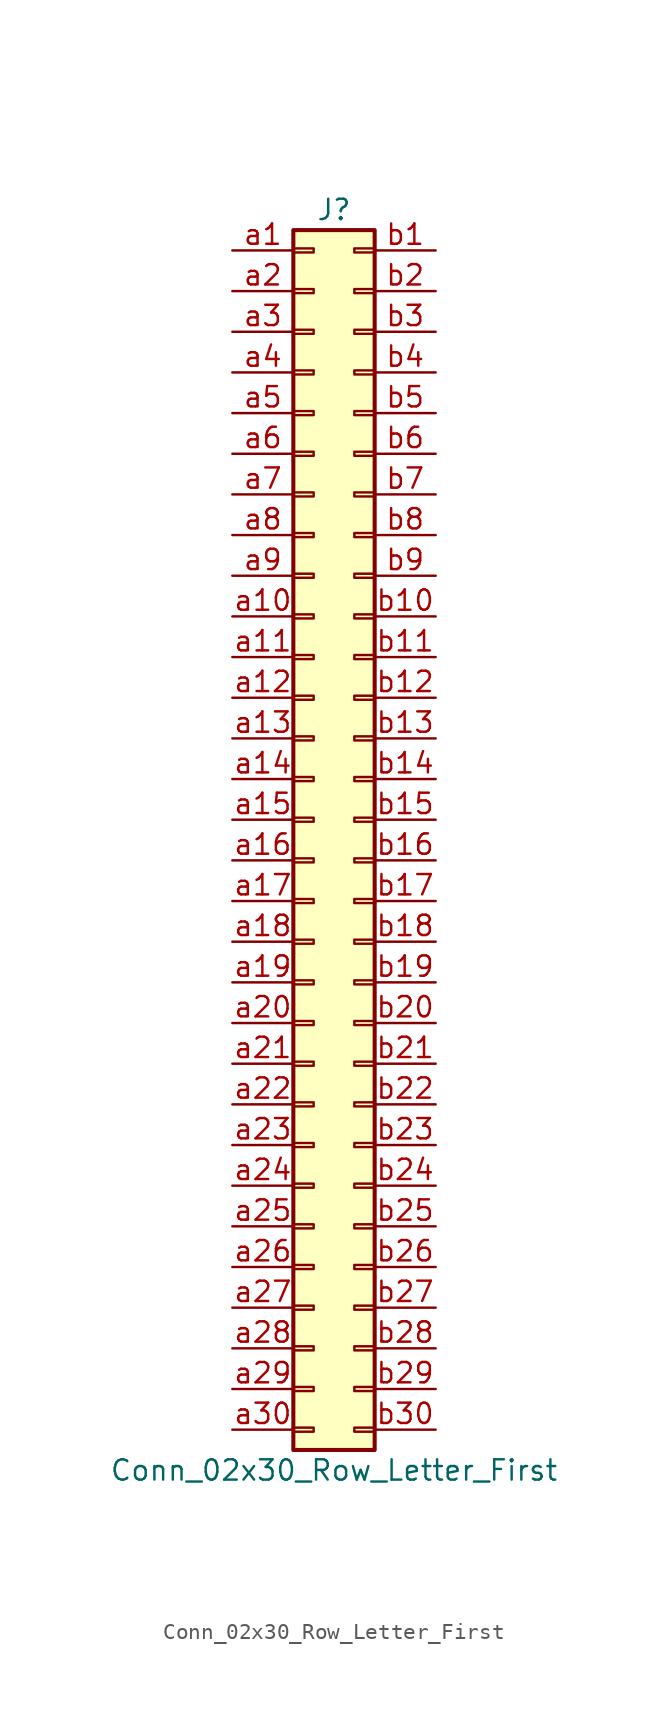
<source format=kicad_sym>
(kicad_symbol_lib
  (version 20220914)
  (generator kicad_symbol_editor)
  (symbol "Conn_02x30_Row_Letter_First"
    (pin_names
      (offset 1.016) hide)
    (property "Reference" "J"
      (at 1.27 38.1 0)
      (effects (font (size 1.27 1.27))))
    (property "Value" "Conn_02x30_Row_Letter_First"
      (at 1.27 -40.64 0)
      (effects (font (size 1.27 1.27))))
    (symbol "Conn_02x30_Row_Letter_First_1_1"
      (rectangle (start -1.27 -37.973) (end 0 -38.227) (stroke (width 0.152) (type solid)) (fill (type none)))
      (rectangle (start -1.27 -35.433) (end 0 -35.687) (stroke (width 0.152) (type solid)) (fill (type none)))
      (rectangle (start -1.27 -32.893) (end 0 -33.147) (stroke (width 0.152) (type solid)) (fill (type none)))
      (rectangle (start -1.27 -30.353) (end 0 -30.607) (stroke (width 0.152) (type solid)) (fill (type none)))
      (rectangle (start -1.27 -27.813) (end 0 -28.067) (stroke (width 0.152) (type solid)) (fill (type none)))
      (rectangle (start -1.27 -25.273) (end 0 -25.527) (stroke (width 0.152) (type solid)) (fill (type none)))
      (rectangle (start -1.27 -22.733) (end 0 -22.987) (stroke (width 0.152) (type solid)) (fill (type none)))
      (rectangle (start -1.27 -20.193) (end 0 -20.447) (stroke (width 0.152) (type solid)) (fill (type none)))
      (rectangle (start -1.27 -17.653) (end 0 -17.907) (stroke (width 0.152) (type solid)) (fill (type none)))
      (rectangle (start -1.27 -15.113) (end 0 -15.367) (stroke (width 0.152) (type solid)) (fill (type none)))
      (rectangle (start -1.27 -12.573) (end 0 -12.827) (stroke (width 0.152) (type solid)) (fill (type none)))
      (rectangle (start -1.27 -10.033) (end 0 -10.287) (stroke (width 0.152) (type solid)) (fill (type none)))
      (rectangle (start -1.27 -7.493) (end 0 -7.747) (stroke (width 0.152) (type solid)) (fill (type none)))
      (rectangle (start -1.27 -4.953) (end 0 -5.207) (stroke (width 0.152) (type solid)) (fill (type none)))
      (rectangle (start -1.27 -2.413) (end 0 -2.667) (stroke (width 0.152) (type solid)) (fill (type none)))
      (rectangle (start -1.27 0.127) (end 0 -0.127) (stroke (width 0.152) (type solid)) (fill (type none)))
      (rectangle (start -1.27 2.667) (end 0 2.413) (stroke (width 0.152) (type solid)) (fill (type none)))
      (rectangle (start -1.27 5.207) (end 0 4.953) (stroke (width 0.152) (type solid)) (fill (type none)))
      (rectangle (start -1.27 7.747) (end 0 7.493) (stroke (width 0.152) (type solid)) (fill (type none)))
      (rectangle (start -1.27 10.287) (end 0 10.033) (stroke (width 0.152) (type solid)) (fill (type none)))
      (rectangle (start -1.27 12.827) (end 0 12.573) (stroke (width 0.152) (type solid)) (fill (type none)))
      (rectangle (start -1.27 15.367) (end 0 15.113) (stroke (width 0.152) (type solid)) (fill (type none)))
      (rectangle (start -1.27 17.907) (end 0 17.653) (stroke (width 0.152) (type solid)) (fill (type none)))
      (rectangle (start -1.27 20.447) (end 0 20.193) (stroke (width 0.152) (type solid)) (fill (type none)))
      (rectangle (start -1.27 22.987) (end 0 22.733) (stroke (width 0.152) (type solid)) (fill (type none)))
      (rectangle (start -1.27 25.527) (end 0 25.273) (stroke (width 0.152) (type solid)) (fill (type none)))
      (rectangle (start -1.27 28.067) (end 0 27.813) (stroke (width 0.152) (type solid)) (fill (type none)))
      (rectangle (start -1.27 30.607) (end 0 30.353) (stroke (width 0.152) (type solid)) (fill (type none)))
      (rectangle (start -1.27 33.147) (end 0 32.893) (stroke (width 0.152) (type solid)) (fill (type none)))
      (rectangle (start -1.27 35.687) (end 0 35.433) (stroke (width 0.152) (type solid)) (fill (type none)))
      (rectangle (start -1.27 36.83) (end 3.81 -39.37) (stroke (width 0.254) (type solid)) (fill (type background)))
      (rectangle (start 3.81 -37.973) (end 2.54 -38.227) (stroke (width 0.152) (type solid)) (fill (type none)))
      (rectangle (start 3.81 -35.433) (end 2.54 -35.687) (stroke (width 0.152) (type solid)) (fill (type none)))
      (rectangle (start 3.81 -32.893) (end 2.54 -33.147) (stroke (width 0.152) (type solid)) (fill (type none)))
      (rectangle (start 3.81 -30.353) (end 2.54 -30.607) (stroke (width 0.152) (type solid)) (fill (type none)))
      (rectangle (start 3.81 -27.813) (end 2.54 -28.067) (stroke (width 0.152) (type solid)) (fill (type none)))
      (rectangle (start 3.81 -25.273) (end 2.54 -25.527) (stroke (width 0.152) (type solid)) (fill (type none)))
      (rectangle (start 3.81 -22.733) (end 2.54 -22.987) (stroke (width 0.152) (type solid)) (fill (type none)))
      (rectangle (start 3.81 -20.193) (end 2.54 -20.447) (stroke (width 0.152) (type solid)) (fill (type none)))
      (rectangle (start 3.81 -17.653) (end 2.54 -17.907) (stroke (width 0.152) (type solid)) (fill (type none)))
      (rectangle (start 3.81 -15.113) (end 2.54 -15.367) (stroke (width 0.152) (type solid)) (fill (type none)))
      (rectangle (start 3.81 -12.573) (end 2.54 -12.827) (stroke (width 0.152) (type solid)) (fill (type none)))
      (rectangle (start 3.81 -10.033) (end 2.54 -10.287) (stroke (width 0.152) (type solid)) (fill (type none)))
      (rectangle (start 3.81 -7.493) (end 2.54 -7.747) (stroke (width 0.152) (type solid)) (fill (type none)))
      (rectangle (start 3.81 -4.953) (end 2.54 -5.207) (stroke (width 0.152) (type solid)) (fill (type none)))
      (rectangle (start 3.81 -2.413) (end 2.54 -2.667) (stroke (width 0.152) (type solid)) (fill (type none)))
      (rectangle (start 3.81 0.127) (end 2.54 -0.127) (stroke (width 0.152) (type solid)) (fill (type none)))
      (rectangle (start 3.81 2.667) (end 2.54 2.413) (stroke (width 0.152) (type solid)) (fill (type none)))
      (rectangle (start 3.81 5.207) (end 2.54 4.953) (stroke (width 0.152) (type solid)) (fill (type none)))
      (rectangle (start 3.81 7.747) (end 2.54 7.493) (stroke (width 0.152) (type solid)) (fill (type none)))
      (rectangle (start 3.81 10.287) (end 2.54 10.033) (stroke (width 0.152) (type solid)) (fill (type none)))
      (rectangle (start 3.81 12.827) (end 2.54 12.573) (stroke (width 0.152) (type solid)) (fill (type none)))
      (rectangle (start 3.81 15.367) (end 2.54 15.113) (stroke (width 0.152) (type solid)) (fill (type none)))
      (rectangle (start 3.81 17.907) (end 2.54 17.653) (stroke (width 0.152) (type solid)) (fill (type none)))
      (rectangle (start 3.81 20.447) (end 2.54 20.193) (stroke (width 0.152) (type solid)) (fill (type none)))
      (rectangle (start 3.81 22.987) (end 2.54 22.733) (stroke (width 0.152) (type solid)) (fill (type none)))
      (rectangle (start 3.81 25.527) (end 2.54 25.273) (stroke (width 0.152) (type solid)) (fill (type none)))
      (rectangle (start 3.81 28.067) (end 2.54 27.813) (stroke (width 0.152) (type solid)) (fill (type none)))
      (rectangle (start 3.81 30.607) (end 2.54 30.353) (stroke (width 0.152) (type solid)) (fill (type none)))
      (rectangle (start 3.81 33.147) (end 2.54 32.893) (stroke (width 0.152) (type solid)) (fill (type none)))
      (rectangle (start 3.81 35.687) (end 2.54 35.433) (stroke (width 0.152) (type solid)) (fill (type none)))
      (pin passive line (at -5.08 35.56 0) (length 3.81) (name "Pin_a1" (effects (font (size 1.27 1.27)))) (number "a1" (effects (font (size 1.27 1.27)))))
      (pin passive line (at -5.08 12.7 0) (length 3.81) (name "Pin_a10" (effects (font (size 1.27 1.27)))) (number "a10" (effects (font (size 1.27 1.27)))))
      (pin passive line (at -5.08 10.16 0) (length 3.81) (name "Pin_a11" (effects (font (size 1.27 1.27)))) (number "a11" (effects (font (size 1.27 1.27)))))
      (pin passive line (at -5.08 7.62 0) (length 3.81) (name "Pin_a12" (effects (font (size 1.27 1.27)))) (number "a12" (effects (font (size 1.27 1.27)))))
      (pin passive line (at -5.08 5.08 0) (length 3.81) (name "Pin_a13" (effects (font (size 1.27 1.27)))) (number "a13" (effects (font (size 1.27 1.27)))))
      (pin passive line (at -5.08 2.54 0) (length 3.81) (name "Pin_a14" (effects (font (size 1.27 1.27)))) (number "a14" (effects (font (size 1.27 1.27)))))
      (pin passive line (at -5.08 0 0) (length 3.81) (name "Pin_a15" (effects (font (size 1.27 1.27)))) (number "a15" (effects (font (size 1.27 1.27)))))
      (pin passive line (at -5.08 -2.54 0) (length 3.81) (name "Pin_a16" (effects (font (size 1.27 1.27)))) (number "a16" (effects (font (size 1.27 1.27)))))
      (pin passive line (at -5.08 -5.08 0) (length 3.81) (name "Pin_a17" (effects (font (size 1.27 1.27)))) (number "a17" (effects (font (size 1.27 1.27)))))
      (pin passive line (at -5.08 -7.62 0) (length 3.81) (name "Pin_a18" (effects (font (size 1.27 1.27)))) (number "a18" (effects (font (size 1.27 1.27)))))
      (pin passive line (at -5.08 -10.16 0) (length 3.81) (name "Pin_a19" (effects (font (size 1.27 1.27)))) (number "a19" (effects (font (size 1.27 1.27)))))
      (pin passive line (at -5.08 33.02 0) (length 3.81) (name "Pin_a2" (effects (font (size 1.27 1.27)))) (number "a2" (effects (font (size 1.27 1.27)))))
      (pin passive line (at -5.08 -12.7 0) (length 3.81) (name "Pin_a20" (effects (font (size 1.27 1.27)))) (number "a20" (effects (font (size 1.27 1.27)))))
      (pin passive line (at -5.08 -15.24 0) (length 3.81) (name "Pin_a21" (effects (font (size 1.27 1.27)))) (number "a21" (effects (font (size 1.27 1.27)))))
      (pin passive line (at -5.08 -17.78 0) (length 3.81) (name "Pin_a22" (effects (font (size 1.27 1.27)))) (number "a22" (effects (font (size 1.27 1.27)))))
      (pin passive line (at -5.08 -20.32 0) (length 3.81) (name "Pin_a23" (effects (font (size 1.27 1.27)))) (number "a23" (effects (font (size 1.27 1.27)))))
      (pin passive line (at -5.08 -22.86 0) (length 3.81) (name "Pin_a24" (effects (font (size 1.27 1.27)))) (number "a24" (effects (font (size 1.27 1.27)))))
      (pin passive line (at -5.08 -25.4 0) (length 3.81) (name "Pin_a25" (effects (font (size 1.27 1.27)))) (number "a25" (effects (font (size 1.27 1.27)))))
      (pin passive line (at -5.08 -27.94 0) (length 3.81) (name "Pin_a26" (effects (font (size 1.27 1.27)))) (number "a26" (effects (font (size 1.27 1.27)))))
      (pin passive line (at -5.08 -30.48 0) (length 3.81) (name "Pin_a27" (effects (font (size 1.27 1.27)))) (number "a27" (effects (font (size 1.27 1.27)))))
      (pin passive line (at -5.08 -33.02 0) (length 3.81) (name "Pin_a28" (effects (font (size 1.27 1.27)))) (number "a28" (effects (font (size 1.27 1.27)))))
      (pin passive line (at -5.08 -35.56 0) (length 3.81) (name "Pin_a29" (effects (font (size 1.27 1.27)))) (number "a29" (effects (font (size 1.27 1.27)))))
      (pin passive line (at -5.08 30.48 0) (length 3.81) (name "Pin_a3" (effects (font (size 1.27 1.27)))) (number "a3" (effects (font (size 1.27 1.27)))))
      (pin passive line (at -5.08 -38.1 0) (length 3.81) (name "Pin_a30" (effects (font (size 1.27 1.27)))) (number "a30" (effects (font (size 1.27 1.27)))))
      (pin passive line (at -5.08 27.94 0) (length 3.81) (name "Pin_a4" (effects (font (size 1.27 1.27)))) (number "a4" (effects (font (size 1.27 1.27)))))
      (pin passive line (at -5.08 25.4 0) (length 3.81) (name "Pin_a5" (effects (font (size 1.27 1.27)))) (number "a5" (effects (font (size 1.27 1.27)))))
      (pin passive line (at -5.08 22.86 0) (length 3.81) (name "Pin_a6" (effects (font (size 1.27 1.27)))) (number "a6" (effects (font (size 1.27 1.27)))))
      (pin passive line (at -5.08 20.32 0) (length 3.81) (name "Pin_a7" (effects (font (size 1.27 1.27)))) (number "a7" (effects (font (size 1.27 1.27)))))
      (pin passive line (at -5.08 17.78 0) (length 3.81) (name "Pin_a8" (effects (font (size 1.27 1.27)))) (number "a8" (effects (font (size 1.27 1.27)))))
      (pin passive line (at -5.08 15.24 0) (length 3.81) (name "Pin_a9" (effects (font (size 1.27 1.27)))) (number "a9" (effects (font (size 1.27 1.27)))))
      (pin passive line (at 7.62 35.56 180) (length 3.81) (name "Pin_b1" (effects (font (size 1.27 1.27)))) (number "b1" (effects (font (size 1.27 1.27)))))
      (pin passive line (at 7.62 12.7 180) (length 3.81) (name "Pin_b10" (effects (font (size 1.27 1.27)))) (number "b10" (effects (font (size 1.27 1.27)))))
      (pin passive line (at 7.62 10.16 180) (length 3.81) (name "Pin_b11" (effects (font (size 1.27 1.27)))) (number "b11" (effects (font (size 1.27 1.27)))))
      (pin passive line (at 7.62 7.62 180) (length 3.81) (name "Pin_b12" (effects (font (size 1.27 1.27)))) (number "b12" (effects (font (size 1.27 1.27)))))
      (pin passive line (at 7.62 5.08 180) (length 3.81) (name "Pin_b13" (effects (font (size 1.27 1.27)))) (number "b13" (effects (font (size 1.27 1.27)))))
      (pin passive line (at 7.62 2.54 180) (length 3.81) (name "Pin_b14" (effects (font (size 1.27 1.27)))) (number "b14" (effects (font (size 1.27 1.27)))))
      (pin passive line (at 7.62 0 180) (length 3.81) (name "Pin_b15" (effects (font (size 1.27 1.27)))) (number "b15" (effects (font (size 1.27 1.27)))))
      (pin passive line (at 7.62 -2.54 180) (length 3.81) (name "Pin_b16" (effects (font (size 1.27 1.27)))) (number "b16" (effects (font (size 1.27 1.27)))))
      (pin passive line (at 7.62 -5.08 180) (length 3.81) (name "Pin_b17" (effects (font (size 1.27 1.27)))) (number "b17" (effects (font (size 1.27 1.27)))))
      (pin passive line (at 7.62 -7.62 180) (length 3.81) (name "Pin_b18" (effects (font (size 1.27 1.27)))) (number "b18" (effects (font (size 1.27 1.27)))))
      (pin passive line (at 7.62 -10.16 180) (length 3.81) (name "Pin_b19" (effects (font (size 1.27 1.27)))) (number "b19" (effects (font (size 1.27 1.27)))))
      (pin passive line (at 7.62 33.02 180) (length 3.81) (name "Pin_b2" (effects (font (size 1.27 1.27)))) (number "b2" (effects (font (size 1.27 1.27)))))
      (pin passive line (at 7.62 -12.7 180) (length 3.81) (name "Pin_b20" (effects (font (size 1.27 1.27)))) (number "b20" (effects (font (size 1.27 1.27)))))
      (pin passive line (at 7.62 -15.24 180) (length 3.81) (name "Pin_b21" (effects (font (size 1.27 1.27)))) (number "b21" (effects (font (size 1.27 1.27)))))
      (pin passive line (at 7.62 -17.78 180) (length 3.81) (name "Pin_b22" (effects (font (size 1.27 1.27)))) (number "b22" (effects (font (size 1.27 1.27)))))
      (pin passive line (at 7.62 -20.32 180) (length 3.81) (name "Pin_b23" (effects (font (size 1.27 1.27)))) (number "b23" (effects (font (size 1.27 1.27)))))
      (pin passive line (at 7.62 -22.86 180) (length 3.81) (name "Pin_b24" (effects (font (size 1.27 1.27)))) (number "b24" (effects (font (size 1.27 1.27)))))
      (pin passive line (at 7.62 -25.4 180) (length 3.81) (name "Pin_b25" (effects (font (size 1.27 1.27)))) (number "b25" (effects (font (size 1.27 1.27)))))
      (pin passive line (at 7.62 -27.94 180) (length 3.81) (name "Pin_b26" (effects (font (size 1.27 1.27)))) (number "b26" (effects (font (size 1.27 1.27)))))
      (pin passive line (at 7.62 -30.48 180) (length 3.81) (name "Pin_b27" (effects (font (size 1.27 1.27)))) (number "b27" (effects (font (size 1.27 1.27)))))
      (pin passive line (at 7.62 -33.02 180) (length 3.81) (name "Pin_b28" (effects (font (size 1.27 1.27)))) (number "b28" (effects (font (size 1.27 1.27)))))
      (pin passive line (at 7.62 -35.56 180) (length 3.81) (name "Pin_b29" (effects (font (size 1.27 1.27)))) (number "b29" (effects (font (size 1.27 1.27)))))
      (pin passive line (at 7.62 30.48 180) (length 3.81) (name "Pin_b3" (effects (font (size 1.27 1.27)))) (number "b3" (effects (font (size 1.27 1.27)))))
      (pin passive line (at 7.62 -38.1 180) (length 3.81) (name "Pin_b30" (effects (font (size 1.27 1.27)))) (number "b30" (effects (font (size 1.27 1.27)))))
      (pin passive line (at 7.62 27.94 180) (length 3.81) (name "Pin_b4" (effects (font (size 1.27 1.27)))) (number "b4" (effects (font (size 1.27 1.27)))))
      (pin passive line (at 7.62 25.4 180) (length 3.81) (name "Pin_b5" (effects (font (size 1.27 1.27)))) (number "b5" (effects (font (size 1.27 1.27)))))
      (pin passive line (at 7.62 22.86 180) (length 3.81) (name "Pin_b6" (effects (font (size 1.27 1.27)))) (number "b6" (effects (font (size 1.27 1.27)))))
      (pin passive line (at 7.62 20.32 180) (length 3.81) (name "Pin_b7" (effects (font (size 1.27 1.27)))) (number "b7" (effects (font (size 1.27 1.27)))))
      (pin passive line (at 7.62 17.78 180) (length 3.81) (name "Pin_b8" (effects (font (size 1.27 1.27)))) (number "b8" (effects (font (size 1.27 1.27)))))
      (pin passive line (at 7.62 15.24 180) (length 3.81) (name "Pin_b9" (effects (font (size 1.27 1.27)))) (number "b9" (effects (font (size 1.27 1.27))))))))
</source>
